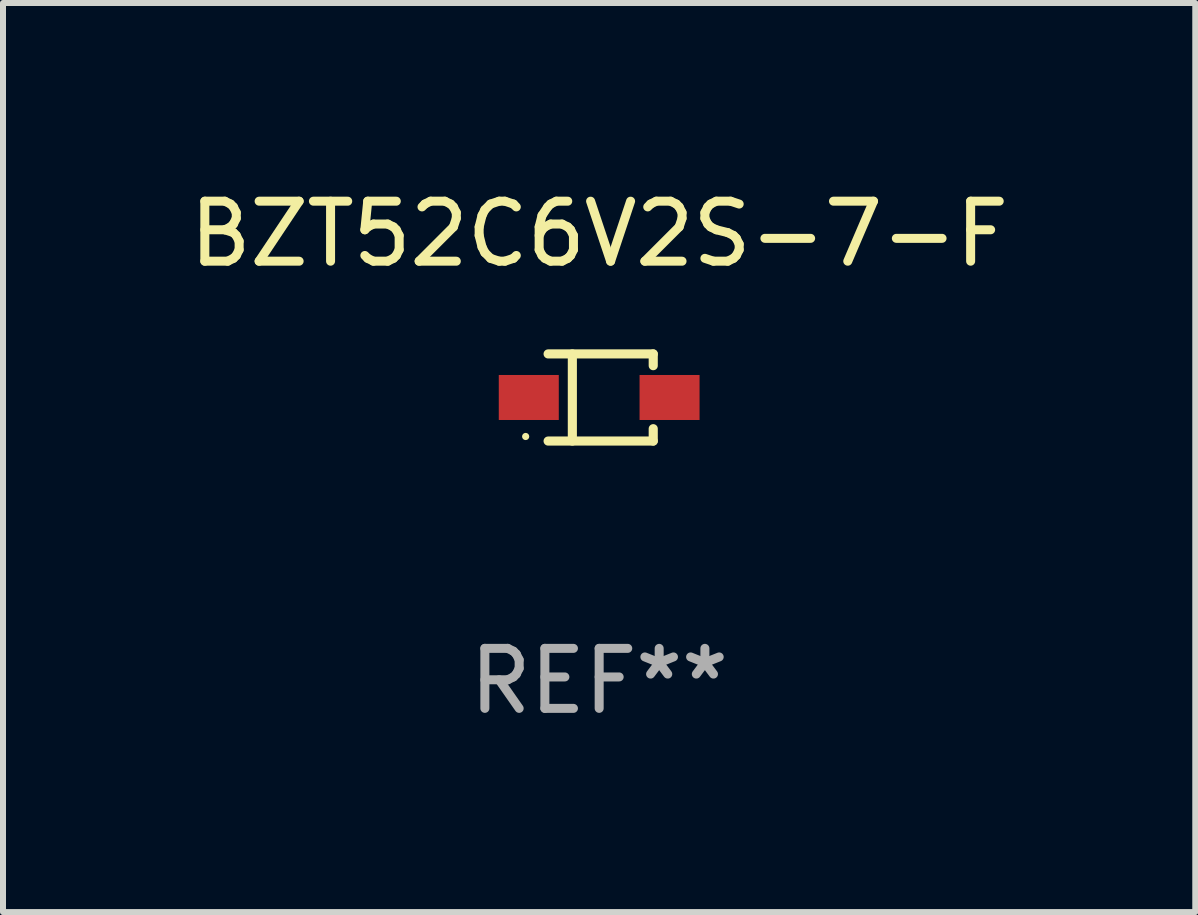
<source format=kicad_pcb>
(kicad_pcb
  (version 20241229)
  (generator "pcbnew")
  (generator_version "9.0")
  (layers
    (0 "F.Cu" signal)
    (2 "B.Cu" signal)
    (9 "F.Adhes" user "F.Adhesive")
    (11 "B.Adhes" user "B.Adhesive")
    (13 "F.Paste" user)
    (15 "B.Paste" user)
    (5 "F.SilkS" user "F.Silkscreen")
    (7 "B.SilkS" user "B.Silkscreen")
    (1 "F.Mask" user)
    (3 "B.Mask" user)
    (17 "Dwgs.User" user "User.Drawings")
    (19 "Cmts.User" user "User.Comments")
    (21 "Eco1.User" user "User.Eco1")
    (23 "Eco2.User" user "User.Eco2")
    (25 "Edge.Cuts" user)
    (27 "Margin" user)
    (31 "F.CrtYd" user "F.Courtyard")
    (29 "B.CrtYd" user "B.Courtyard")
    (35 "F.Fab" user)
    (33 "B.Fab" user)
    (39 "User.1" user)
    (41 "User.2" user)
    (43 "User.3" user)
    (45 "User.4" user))
  (footprint "BZT52C6V2S-7-F"
    (layer "F.Cu")
    (at 6.935 3.574)
    (property "Reference" "BZT52C6V2S-7-F" (at 0 -2.726 0) (layer "F.SilkS") (effects (font (size 1 1) (thickness 0.15))))
    (attr through_hole)
    (fp_line (start -0.851 -0.726) (end 0.901 -0.726) (stroke (width 0.152) (type solid)) (layer "F.SilkS"))
    (fp_line (start -0.851 0.726) (end 0.901 0.726) (stroke (width 0.152) (type solid)) (layer "F.SilkS"))
    (fp_line (start -0.447 -0.726) (end -0.447 0.726) (stroke (width 0.152) (type solid)) (layer "F.SilkS"))
    (fp_line (start 0.901 -0.726) (end 0.901 -0.53) (stroke (width 0.152) (type solid)) (layer "F.SilkS"))
    (fp_line (start 0.901 0.726) (end 0.901 0.52) (stroke (width 0.152) (type solid)) (layer "F.SilkS"))
    (fp_circle (center -1.225 0.65) (end -1.195 0.65) (stroke (width 0.06) (type solid)) (fill no) (layer "F.SilkS"))
    (fp_text user "REF**" (at 0 4.726 0) (layer "F.Fab") (effects (font (size 1 1) (thickness 0.15))))
    (pad "1" smd rect (at -1.173 0) (size 1 0.75) (layers "F.Cu" "F.Mask" "F.Paste"))
    (pad "2" smd rect (at 1.173 0) (size 1 0.75) (layers "F.Cu" "F.Mask" "F.Paste")))
  (gr_rect
    (start -3 -3)
    (end 16.869 12.149)
    (stroke (width 0.1) (type default))
    (fill no)
    (layer "Edge.Cuts")))
</source>
